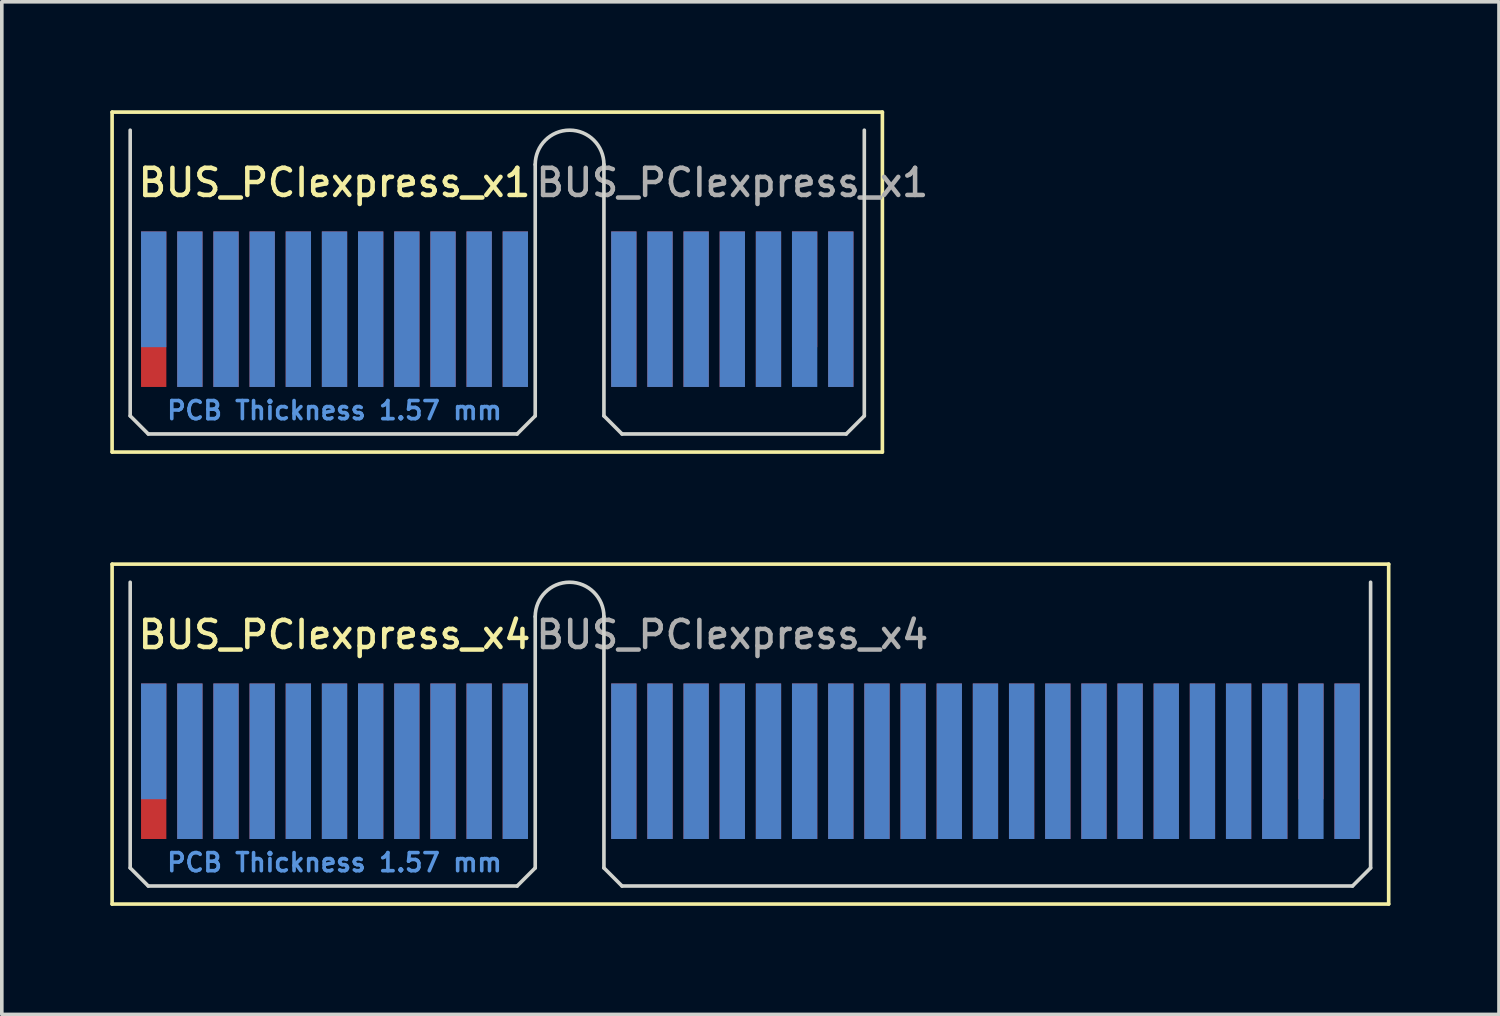
<source format=kicad_pcb>
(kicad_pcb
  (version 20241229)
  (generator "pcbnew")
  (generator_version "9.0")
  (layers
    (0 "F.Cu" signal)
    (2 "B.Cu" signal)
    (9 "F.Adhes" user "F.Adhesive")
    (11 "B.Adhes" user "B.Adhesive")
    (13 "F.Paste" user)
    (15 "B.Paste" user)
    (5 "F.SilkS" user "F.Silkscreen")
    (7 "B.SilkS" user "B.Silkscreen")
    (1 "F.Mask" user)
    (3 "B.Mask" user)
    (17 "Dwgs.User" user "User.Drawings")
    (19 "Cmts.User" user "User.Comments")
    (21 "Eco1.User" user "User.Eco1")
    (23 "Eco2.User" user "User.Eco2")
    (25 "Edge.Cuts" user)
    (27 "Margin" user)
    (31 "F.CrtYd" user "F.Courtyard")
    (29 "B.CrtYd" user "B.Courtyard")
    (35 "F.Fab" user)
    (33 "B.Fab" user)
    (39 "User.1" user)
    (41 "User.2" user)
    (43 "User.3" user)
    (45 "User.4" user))
  (footprint "BUS_PCIexpress_x1"
    (layer "F.Cu")
    (at 1.2 5.5)
    (property "Reference" "BUS_PCIexpress_x1" (at 5 -3.5 0) (layer "F.SilkS") (effects (font (size 0.75 0.75) (thickness 0.125))))
    (attr exclude_from_pos_files exclude_from_bom)
    (fp_line (start -1.15 -5.45) (end -1.15 3.95) (stroke (width 0.1) (type solid)) (layer "F.SilkS"))
    (fp_line (start -1.15 -5.45) (end 20.15 -5.45) (stroke (width 0.1) (type solid)) (layer "F.SilkS"))
    (fp_line (start 20.15 3.95) (end -1.15 3.95) (stroke (width 0.1) (type solid)) (layer "F.SilkS"))
    (fp_line (start 20.15 3.95) (end 20.15 -5.45) (stroke (width 0.1) (type solid)) (layer "F.SilkS"))
    (fp_line (start -0.65 -4.95) (end -0.65 2.95) (stroke (width 0.1) (type solid)) (layer "Edge.Cuts"))
    (fp_line (start -0.65 2.95) (end -0.15 3.45) (stroke (width 0.1) (type solid)) (layer "Edge.Cuts"))
    (fp_line (start -0.15 3.45) (end 10.05 3.45) (stroke (width 0.1) (type solid)) (layer "Edge.Cuts"))
    (fp_line (start 10.55 -4) (end 10.55 2.95) (stroke (width 0.1) (type solid)) (layer "Edge.Cuts"))
    (fp_line (start 10.55 2.95) (end 10.05 3.45) (stroke (width 0.1) (type solid)) (layer "Edge.Cuts"))
    (fp_line (start 12.45 -4) (end 12.45 2.95) (stroke (width 0.1) (type solid)) (layer "Edge.Cuts"))
    (fp_line (start 12.45 2.95) (end 12.95 3.45) (stroke (width 0.1) (type solid)) (layer "Edge.Cuts"))
    (fp_line (start 12.95 3.45) (end 19.15 3.45) (stroke (width 0.1) (type solid)) (layer "Edge.Cuts"))
    (fp_line (start 19.65 -4.95) (end 19.65 2.95) (stroke (width 0.1) (type solid)) (layer "Edge.Cuts"))
    (fp_line (start 19.65 2.95) (end 19.15 3.45) (stroke (width 0.1) (type solid)) (layer "Edge.Cuts"))
    (fp_arc (start 10.55 -4) (mid 11.5 -4.95) (end 12.45 -4) (stroke (width 0.1) (type solid)) (layer "Edge.Cuts"))
    (fp_text user "PCB Thickness 1.57 mm" (at 5 2.8 180) (layer "Cmts.User") (effects (font (size 0.5 0.5) (thickness 0.1))))
    (fp_text user "${REFERENCE}" (at 16 -3.5 0) (layer "F.Fab") (effects (font (size 0.75 0.75) (thickness 0.125))))
    (pad "A1" connect rect (at 0 -0.55) (size 0.7 3.2) (layers "B.Cu" "B.Mask"))
    (pad "A2" connect rect (at 1 0) (size 0.7 4.3) (layers "B.Cu" "B.Mask"))
    (pad "A3" connect rect (at 2 0) (size 0.7 4.3) (layers "B.Cu" "B.Mask"))
    (pad "A4" connect rect (at 3 0) (size 0.7 4.3) (layers "B.Cu" "B.Mask"))
    (pad "A5" connect rect (at 4 0) (size 0.7 4.3) (layers "B.Cu" "B.Mask"))
    (pad "A6" connect rect (at 5 0) (size 0.7 4.3) (layers "B.Cu" "B.Mask"))
    (pad "A7" connect rect (at 6 0) (size 0.7 4.3) (layers "B.Cu" "B.Mask"))
    (pad "A8" connect rect (at 7 0) (size 0.7 4.3) (layers "B.Cu" "B.Mask"))
    (pad "A9" connect rect (at 8 0) (size 0.7 4.3) (layers "B.Cu" "B.Mask"))
    (pad "A10" connect rect (at 9 0) (size 0.7 4.3) (layers "B.Cu" "B.Mask"))
    (pad "A11" connect rect (at 10 0) (size 0.7 4.3) (layers "B.Cu" "B.Mask"))
    (pad "A12" connect rect (at 13 0) (size 0.7 4.3) (layers "B.Cu" "B.Mask"))
    (pad "A13" connect rect (at 14 0) (size 0.7 4.3) (layers "B.Cu" "B.Mask"))
    (pad "A14" connect rect (at 15 0) (size 0.7 4.3) (layers "B.Cu" "B.Mask"))
    (pad "A15" connect rect (at 16 0) (size 0.7 4.3) (layers "B.Cu" "B.Mask"))
    (pad "A16" connect rect (at 17 0) (size 0.7 4.3) (layers "B.Cu" "B.Mask"))
    (pad "A17" connect rect (at 18 0) (size 0.7 4.3) (layers "B.Cu" "B.Mask"))
    (pad "A18" connect rect (at 19 0) (size 0.7 4.3) (layers "B.Cu" "B.Mask"))
    (pad "B1" connect rect (at 0 0) (size 0.7 4.3) (layers "F.Cu" "F.Mask"))
    (pad "B2" connect rect (at 1 0) (size 0.7 4.3) (layers "F.Cu" "F.Mask"))
    (pad "B3" connect rect (at 2 0) (size 0.7 4.3) (layers "F.Cu" "F.Mask"))
    (pad "B4" connect rect (at 3 0) (size 0.7 4.3) (layers "F.Cu" "F.Mask"))
    (pad "B5" connect rect (at 4 0) (size 0.7 4.3) (layers "F.Cu" "F.Mask"))
    (pad "B6" connect rect (at 5 0) (size 0.7 4.3) (layers "F.Cu" "F.Mask"))
    (pad "B7" connect rect (at 6 0) (size 0.7 4.3) (layers "F.Cu" "F.Mask"))
    (pad "B8" connect rect (at 7 0) (size 0.7 4.3) (layers "F.Cu" "F.Mask"))
    (pad "B9" connect rect (at 8 0) (size 0.7 4.3) (layers "F.Cu" "F.Mask"))
    (pad "B10" connect rect (at 9 0) (size 0.7 4.3) (layers "F.Cu" "F.Mask"))
    (pad "B11" connect rect (at 10 0) (size 0.7 4.3) (layers "F.Cu" "F.Mask"))
    (pad "B12" connect rect (at 13 0) (size 0.7 4.3) (layers "F.Cu" "F.Mask"))
    (pad "B13" connect rect (at 14 0) (size 0.7 4.3) (layers "F.Cu" "F.Mask"))
    (pad "B14" connect rect (at 15 0) (size 0.7 4.3) (layers "F.Cu" "F.Mask"))
    (pad "B15" connect rect (at 16 0) (size 0.7 4.3) (layers "F.Cu" "F.Mask"))
    (pad "B16" connect rect (at 17 0) (size 0.7 4.3) (layers "F.Cu" "F.Mask"))
    (pad "B17" connect rect (at 18 -0.55) (size 0.7 3.2) (layers "F.Cu" "F.Mask"))
    (pad "B18" connect rect (at 19 0) (size 0.7 4.3) (layers "F.Cu" "F.Mask")))
  (footprint "BUS_PCIexpress_x4"
    (layer "F.Cu")
    (at 1.2 18)
    (property "Reference" "BUS_PCIexpress_x4" (at 5 -3.5 0) (layer "F.SilkS") (effects (font (size 0.75 0.75) (thickness 0.125))))
    (attr exclude_from_pos_files exclude_from_bom)
    (fp_line (start -1.15 -5.45) (end -1.15 3.95) (stroke (width 0.1) (type solid)) (layer "F.SilkS"))
    (fp_line (start -1.15 -5.45) (end 34.15 -5.45) (stroke (width 0.1) (type solid)) (layer "F.SilkS"))
    (fp_line (start 34.15 3.95) (end -1.15 3.95) (stroke (width 0.1) (type solid)) (layer "F.SilkS"))
    (fp_line (start 34.15 3.95) (end 34.15 -5.45) (stroke (width 0.1) (type solid)) (layer "F.SilkS"))
    (fp_line (start -0.65 -4.95) (end -0.65 2.95) (stroke (width 0.1) (type solid)) (layer "Edge.Cuts"))
    (fp_line (start -0.65 2.95) (end -0.15 3.45) (stroke (width 0.1) (type solid)) (layer "Edge.Cuts"))
    (fp_line (start -0.15 3.45) (end 10.05 3.45) (stroke (width 0.1) (type solid)) (layer "Edge.Cuts"))
    (fp_line (start 10.55 -4) (end 10.55 2.95) (stroke (width 0.1) (type solid)) (layer "Edge.Cuts"))
    (fp_line (start 10.55 2.95) (end 10.05 3.45) (stroke (width 0.1) (type solid)) (layer "Edge.Cuts"))
    (fp_line (start 12.45 -4) (end 12.45 2.95) (stroke (width 0.1) (type solid)) (layer "Edge.Cuts"))
    (fp_line (start 12.45 2.95) (end 12.95 3.45) (stroke (width 0.1) (type solid)) (layer "Edge.Cuts"))
    (fp_line (start 12.95 3.45) (end 33.15 3.45) (stroke (width 0.1) (type solid)) (layer "Edge.Cuts"))
    (fp_line (start 33.65 -4.95) (end 33.65 2.95) (stroke (width 0.1) (type solid)) (layer "Edge.Cuts"))
    (fp_line (start 33.65 2.95) (end 33.15 3.45) (stroke (width 0.1) (type solid)) (layer "Edge.Cuts"))
    (fp_arc (start 10.55 -4) (mid 11.5 -4.95) (end 12.45 -4) (stroke (width 0.1) (type solid)) (layer "Edge.Cuts"))
    (fp_text user "PCB Thickness 1.57 mm" (at 5 2.8 180) (layer "Cmts.User") (effects (font (size 0.5 0.5) (thickness 0.1))))
    (fp_text user "${REFERENCE}" (at 16 -3.5 0) (layer "F.Fab") (effects (font (size 0.75 0.75) (thickness 0.125))))
    (pad "A1" connect rect (at 0 -0.55) (size 0.7 3.2) (layers "B.Cu" "B.Mask"))
    (pad "A2" connect rect (at 1 0) (size 0.7 4.3) (layers "B.Cu" "B.Mask"))
    (pad "A3" connect rect (at 2 0) (size 0.7 4.3) (layers "B.Cu" "B.Mask"))
    (pad "A4" connect rect (at 3 0) (size 0.7 4.3) (layers "B.Cu" "B.Mask"))
    (pad "A5" connect rect (at 4 0) (size 0.7 4.3) (layers "B.Cu" "B.Mask"))
    (pad "A6" connect rect (at 5 0) (size 0.7 4.3) (layers "B.Cu" "B.Mask"))
    (pad "A7" connect rect (at 6 0) (size 0.7 4.3) (layers "B.Cu" "B.Mask"))
    (pad "A8" connect rect (at 7 0) (size 0.7 4.3) (layers "B.Cu" "B.Mask"))
    (pad "A9" connect rect (at 8 0) (size 0.7 4.3) (layers "B.Cu" "B.Mask"))
    (pad "A10" connect rect (at 9 0) (size 0.7 4.3) (layers "B.Cu" "B.Mask"))
    (pad "A11" connect rect (at 10 0) (size 0.7 4.3) (layers "B.Cu" "B.Mask"))
    (pad "A12" connect rect (at 13 0) (size 0.7 4.3) (layers "B.Cu" "B.Mask"))
    (pad "A13" connect rect (at 14 0) (size 0.7 4.3) (layers "B.Cu" "B.Mask"))
    (pad "A14" connect rect (at 15 0) (size 0.7 4.3) (layers "B.Cu" "B.Mask"))
    (pad "A15" connect rect (at 16 0) (size 0.7 4.3) (layers "B.Cu" "B.Mask"))
    (pad "A16" connect rect (at 17 0) (size 0.7 4.3) (layers "B.Cu" "B.Mask"))
    (pad "A17" connect rect (at 18 0) (size 0.7 4.3) (layers "B.Cu" "B.Mask"))
    (pad "A18" connect rect (at 19 0) (size 0.7 4.3) (layers "B.Cu" "B.Mask"))
    (pad "A19" connect rect (at 20 0) (size 0.7 4.3) (layers "B.Cu" "B.Mask"))
    (pad "A20" connect rect (at 21 0) (size 0.7 4.3) (layers "B.Cu" "B.Mask"))
    (pad "A21" connect rect (at 22 0) (size 0.7 4.3) (layers "B.Cu" "B.Mask"))
    (pad "A22" connect rect (at 23 0) (size 0.7 4.3) (layers "B.Cu" "B.Mask"))
    (pad "A23" connect rect (at 24 0) (size 0.7 4.3) (layers "B.Cu" "B.Mask"))
    (pad "A24" connect rect (at 25 0) (size 0.7 4.3) (layers "B.Cu" "B.Mask"))
    (pad "A25" connect rect (at 26 0) (size 0.7 4.3) (layers "B.Cu" "B.Mask"))
    (pad "A26" connect rect (at 27 0) (size 0.7 4.3) (layers "B.Cu" "B.Mask"))
    (pad "A27" connect rect (at 28 0) (size 0.7 4.3) (layers "B.Cu" "B.Mask"))
    (pad "A28" connect rect (at 29 0) (size 0.7 4.3) (layers "B.Cu" "B.Mask"))
    (pad "A29" connect rect (at 30 0) (size 0.7 4.3) (layers "B.Cu" "B.Mask"))
    (pad "A30" connect rect (at 31 0) (size 0.7 4.3) (layers "B.Cu" "B.Mask"))
    (pad "A31" connect rect (at 32 0) (size 0.7 4.3) (layers "B.Cu" "B.Mask"))
    (pad "A32" connect rect (at 33 0) (size 0.7 4.3) (layers "B.Cu" "B.Mask"))
    (pad "B1" connect rect (at 0 0) (size 0.7 4.3) (layers "F.Cu" "F.Mask"))
    (pad "B2" connect rect (at 1 0) (size 0.7 4.3) (layers "F.Cu" "F.Mask"))
    (pad "B3" connect rect (at 2 0) (size 0.7 4.3) (layers "F.Cu" "F.Mask"))
    (pad "B4" connect rect (at 3 0) (size 0.7 4.3) (layers "F.Cu" "F.Mask"))
    (pad "B5" connect rect (at 4 0) (size 0.7 4.3) (layers "F.Cu" "F.Mask"))
    (pad "B6" connect rect (at 5 0) (size 0.7 4.3) (layers "F.Cu" "F.Mask"))
    (pad "B7" connect rect (at 6 0) (size 0.7 4.3) (layers "F.Cu" "F.Mask"))
    (pad "B8" connect rect (at 7 0) (size 0.7 4.3) (layers "F.Cu" "F.Mask"))
    (pad "B9" connect rect (at 8 0) (size 0.7 4.3) (layers "F.Cu" "F.Mask"))
    (pad "B10" connect rect (at 9 0) (size 0.7 4.3) (layers "F.Cu" "F.Mask"))
    (pad "B11" connect rect (at 10 0) (size 0.7 4.3) (layers "F.Cu" "F.Mask"))
    (pad "B12" connect rect (at 13 0) (size 0.7 4.3) (layers "F.Cu" "F.Mask"))
    (pad "B13" connect rect (at 14 0) (size 0.7 4.3) (layers "F.Cu" "F.Mask"))
    (pad "B14" connect rect (at 15 0) (size 0.7 4.3) (layers "F.Cu" "F.Mask"))
    (pad "B15" connect rect (at 16 0) (size 0.7 4.3) (layers "F.Cu" "F.Mask"))
    (pad "B16" connect rect (at 17 0) (size 0.7 4.3) (layers "F.Cu" "F.Mask"))
    (pad "B17" connect rect (at 18 0) (size 0.7 4.3) (layers "F.Cu" "F.Mask"))
    (pad "B18" connect rect (at 19 0) (size 0.7 4.3) (layers "F.Cu" "F.Mask"))
    (pad "B19" connect rect (at 20 0) (size 0.7 4.3) (layers "F.Cu" "F.Mask"))
    (pad "B20" connect rect (at 21 0) (size 0.7 4.3) (layers "F.Cu" "F.Mask"))
    (pad "B21" connect rect (at 22 0) (size 0.7 4.3) (layers "F.Cu" "F.Mask"))
    (pad "B22" connect rect (at 23 0) (size 0.7 4.3) (layers "F.Cu" "F.Mask"))
    (pad "B23" connect rect (at 24 0) (size 0.7 4.3) (layers "F.Cu" "F.Mask"))
    (pad "B24" connect rect (at 25 0) (size 0.7 4.3) (layers "F.Cu" "F.Mask"))
    (pad "B25" connect rect (at 26 0) (size 0.7 4.3) (layers "F.Cu" "F.Mask"))
    (pad "B26" connect rect (at 27 0) (size 0.7 4.3) (layers "F.Cu" "F.Mask"))
    (pad "B27" connect rect (at 28 0) (size 0.7 4.3) (layers "F.Cu" "F.Mask"))
    (pad "B28" connect rect (at 29 0) (size 0.7 4.3) (layers "F.Cu" "F.Mask"))
    (pad "B29" connect rect (at 30 0) (size 0.7 4.3) (layers "F.Cu" "F.Mask"))
    (pad "B30" connect rect (at 31 0) (size 0.7 4.3) (layers "F.Cu" "F.Mask"))
    (pad "B31" connect rect (at 32 -0.55) (size 0.7 3.2) (layers "F.Cu" "F.Mask"))
    (pad "B32" connect rect (at 33 0) (size 0.7 4.3) (layers "F.Cu" "F.Mask")))
  (gr_rect
    (start -3 -3)
    (end 38.4 25)
    (stroke (width 0.1) (type default))
    (fill no)
    (layer "Edge.Cuts")))
</source>
